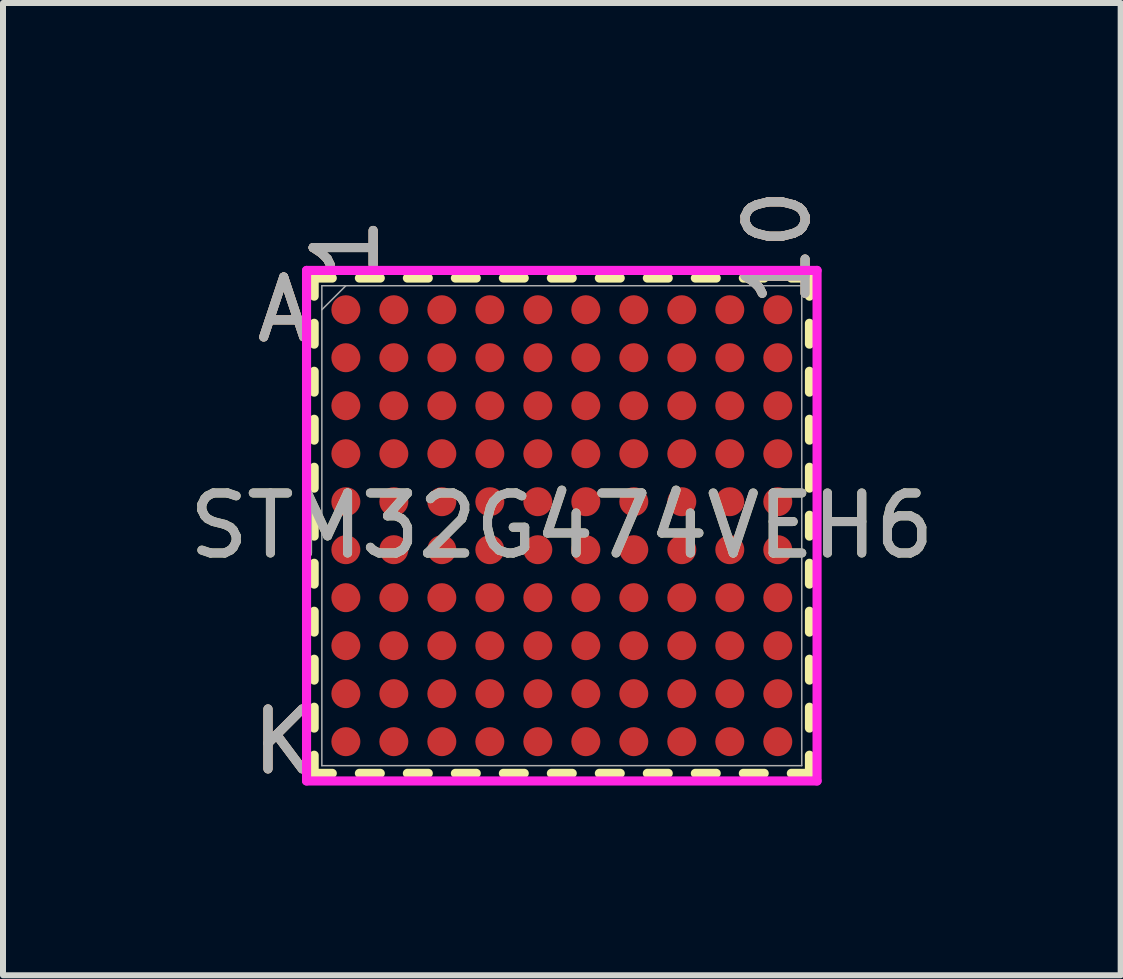
<source format=kicad_pcb>
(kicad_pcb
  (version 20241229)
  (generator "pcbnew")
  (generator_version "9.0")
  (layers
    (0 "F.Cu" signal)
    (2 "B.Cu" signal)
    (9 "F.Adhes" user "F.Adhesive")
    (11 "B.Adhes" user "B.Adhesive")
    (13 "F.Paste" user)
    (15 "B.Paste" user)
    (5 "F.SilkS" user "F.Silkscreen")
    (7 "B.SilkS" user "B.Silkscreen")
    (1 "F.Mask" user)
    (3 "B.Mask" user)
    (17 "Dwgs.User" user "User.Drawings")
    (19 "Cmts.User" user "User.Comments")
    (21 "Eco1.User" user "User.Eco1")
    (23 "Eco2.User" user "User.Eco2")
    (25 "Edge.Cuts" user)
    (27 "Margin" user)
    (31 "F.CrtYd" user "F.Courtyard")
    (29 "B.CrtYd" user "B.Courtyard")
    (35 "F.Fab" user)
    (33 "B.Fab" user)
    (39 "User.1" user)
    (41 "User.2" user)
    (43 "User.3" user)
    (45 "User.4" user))
  (footprint "STM32G474VEH6"
    (layer "F.Cu")
    (at 6.315 5.713)
    (property "Reference" "STM32G474VEH6" (at 0 0 0) (unlocked yes) (layer "F.SilkS") (effects (font (size 1 1) (thickness 0.15))))
    (attr smd)
    (fp_line (start -4.128 -4.128) (end -4.128 -3.826) (stroke (width 0.152) (type solid)) (layer "F.SilkS"))
    (fp_line (start -4.128 -3.374) (end -4.128 -3.026) (stroke (width 0.152) (type solid)) (layer "F.SilkS"))
    (fp_line (start -4.128 -2.574) (end -4.128 -2.226) (stroke (width 0.152) (type solid)) (layer "F.SilkS"))
    (fp_line (start -4.128 -1.774) (end -4.128 -1.426) (stroke (width 0.152) (type solid)) (layer "F.SilkS"))
    (fp_line (start -4.128 -0.974) (end -4.128 -0.626) (stroke (width 0.152) (type solid)) (layer "F.SilkS"))
    (fp_line (start -4.128 -0.174) (end -4.128 0.174) (stroke (width 0.152) (type solid)) (layer "F.SilkS"))
    (fp_line (start -4.128 0.626) (end -4.128 0.974) (stroke (width 0.152) (type solid)) (layer "F.SilkS"))
    (fp_line (start -4.128 1.426) (end -4.128 1.774) (stroke (width 0.152) (type solid)) (layer "F.SilkS"))
    (fp_line (start -4.128 2.226) (end -4.128 2.574) (stroke (width 0.152) (type solid)) (layer "F.SilkS"))
    (fp_line (start -4.128 3.026) (end -4.128 3.374) (stroke (width 0.152) (type solid)) (layer "F.SilkS"))
    (fp_line (start -4.128 3.826) (end -4.128 4.128) (stroke (width 0.152) (type solid)) (layer "F.SilkS"))
    (fp_line (start -4.128 4.128) (end -3.826 4.128) (stroke (width 0.152) (type solid)) (layer "F.SilkS"))
    (fp_line (start -3.826 -4.128) (end -4.128 -4.128) (stroke (width 0.152) (type solid)) (layer "F.SilkS"))
    (fp_line (start -3.374 4.128) (end -3.026 4.128) (stroke (width 0.152) (type solid)) (layer "F.SilkS"))
    (fp_line (start -3.026 -4.128) (end -3.374 -4.128) (stroke (width 0.152) (type solid)) (layer "F.SilkS"))
    (fp_line (start -2.574 4.128) (end -2.226 4.128) (stroke (width 0.152) (type solid)) (layer "F.SilkS"))
    (fp_line (start -2.226 -4.128) (end -2.574 -4.128) (stroke (width 0.152) (type solid)) (layer "F.SilkS"))
    (fp_line (start -1.774 4.128) (end -1.426 4.128) (stroke (width 0.152) (type solid)) (layer "F.SilkS"))
    (fp_line (start -1.426 -4.128) (end -1.774 -4.128) (stroke (width 0.152) (type solid)) (layer "F.SilkS"))
    (fp_line (start -0.974 4.128) (end -0.626 4.128) (stroke (width 0.152) (type solid)) (layer "F.SilkS"))
    (fp_line (start -0.626 -4.128) (end -0.974 -4.128) (stroke (width 0.152) (type solid)) (layer "F.SilkS"))
    (fp_line (start -0.174 4.128) (end 0.174 4.128) (stroke (width 0.152) (type solid)) (layer "F.SilkS"))
    (fp_line (start 0.174 -4.128) (end -0.174 -4.128) (stroke (width 0.152) (type solid)) (layer "F.SilkS"))
    (fp_line (start 0.626 4.128) (end 0.974 4.128) (stroke (width 0.152) (type solid)) (layer "F.SilkS"))
    (fp_line (start 0.974 -4.128) (end 0.626 -4.128) (stroke (width 0.152) (type solid)) (layer "F.SilkS"))
    (fp_line (start 1.426 4.128) (end 1.774 4.128) (stroke (width 0.152) (type solid)) (layer "F.SilkS"))
    (fp_line (start 1.774 -4.128) (end 1.426 -4.128) (stroke (width 0.152) (type solid)) (layer "F.SilkS"))
    (fp_line (start 2.226 4.128) (end 2.574 4.128) (stroke (width 0.152) (type solid)) (layer "F.SilkS"))
    (fp_line (start 2.574 -4.128) (end 2.226 -4.128) (stroke (width 0.152) (type solid)) (layer "F.SilkS"))
    (fp_line (start 3.026 4.128) (end 3.374 4.128) (stroke (width 0.152) (type solid)) (layer "F.SilkS"))
    (fp_line (start 3.374 -4.128) (end 3.026 -4.128) (stroke (width 0.152) (type solid)) (layer "F.SilkS"))
    (fp_line (start 3.826 4.128) (end 4.128 4.128) (stroke (width 0.152) (type solid)) (layer "F.SilkS"))
    (fp_line (start 4.128 -4.128) (end 3.826 -4.128) (stroke (width 0.152) (type solid)) (layer "F.SilkS"))
    (fp_line (start 4.128 -3.826) (end 4.128 -4.128) (stroke (width 0.152) (type solid)) (layer "F.SilkS"))
    (fp_line (start 4.128 -3.026) (end 4.128 -3.374) (stroke (width 0.152) (type solid)) (layer "F.SilkS"))
    (fp_line (start 4.128 -2.226) (end 4.128 -2.574) (stroke (width 0.152) (type solid)) (layer "F.SilkS"))
    (fp_line (start 4.128 -1.426) (end 4.128 -1.774) (stroke (width 0.152) (type solid)) (layer "F.SilkS"))
    (fp_line (start 4.128 -0.626) (end 4.128 -0.974) (stroke (width 0.152) (type solid)) (layer "F.SilkS"))
    (fp_line (start 4.128 0.174) (end 4.128 -0.174) (stroke (width 0.152) (type solid)) (layer "F.SilkS"))
    (fp_line (start 4.128 0.974) (end 4.128 0.626) (stroke (width 0.152) (type solid)) (layer "F.SilkS"))
    (fp_line (start 4.128 1.774) (end 4.128 1.426) (stroke (width 0.152) (type solid)) (layer "F.SilkS"))
    (fp_line (start 4.128 2.574) (end 4.128 2.226) (stroke (width 0.152) (type solid)) (layer "F.SilkS"))
    (fp_line (start 4.128 3.374) (end 4.128 3.026) (stroke (width 0.152) (type solid)) (layer "F.SilkS"))
    (fp_line (start 4.128 4.128) (end 4.128 3.826) (stroke (width 0.152) (type solid)) (layer "F.SilkS"))
    (fp_poly (pts (xy -4.444 -4.444) (xy 4.444 -4.444) (xy 4.444 4.444) (xy -4.444 4.444)) (stroke (width 0.1) (type solid)) (fill no) (layer "Eco2.User"))
    (fp_line (start -4.255 -4.255) (end 4.255 -4.255) (stroke (width 0.152) (type solid)) (layer "F.CrtYd"))
    (fp_line (start -4.255 4.255) (end -4.255 -4.255) (stroke (width 0.152) (type solid)) (layer "F.CrtYd"))
    (fp_line (start 4.255 -4.255) (end 4.255 4.255) (stroke (width 0.152) (type solid)) (layer "F.CrtYd"))
    (fp_line (start 4.255 4.255) (end -4.255 4.255) (stroke (width 0.152) (type solid)) (layer "F.CrtYd"))
    (fp_line (start -4 -4) (end -4 4) (stroke (width 0.025) (type solid)) (layer "F.Fab"))
    (fp_line (start -4 4) (end 4 4) (stroke (width 0.025) (type solid)) (layer "F.Fab"))
    (fp_line (start -3.6 -4) (end -4 -3.6) (stroke (width 0.025) (type solid)) (layer "F.Fab"))
    (fp_line (start 4 -4) (end -4 -4) (stroke (width 0.025) (type solid)) (layer "F.Fab"))
    (fp_line (start 4 4) (end 4 -4) (stroke (width 0.025) (type solid)) (layer "F.Fab"))
    (fp_text user "10" (at 3.6 -4.636 90) (unlocked yes) (layer "F.SilkS") (effects (font (size 1 1) (thickness 0.15))))
    (fp_text user "K" (at -4.636 3.6 0) (unlocked yes) (layer "F.SilkS") (effects (font (size 1 1) (thickness 0.15))))
    (fp_text user "1" (at -3.6 -4.636 90) (unlocked yes) (layer "F.SilkS") (effects (font (size 1 1) (thickness 0.15))))
    (fp_text user "A" (at -4.636 -3.6 0) (unlocked yes) (layer "F.SilkS") (effects (font (size 1 1) (thickness 0.15))))
    (fp_text user "K" (at -4.636 3.6 0) (unlocked yes) (layer "B.SilkS") (effects (font (size 1 1) (thickness 0.15))))
    (fp_text user "A" (at -4.636 -3.6 0) (unlocked yes) (layer "B.SilkS") (effects (font (size 1 1) (thickness 0.15))))
    (fp_text user "10" (at 3.6 -4.636 90) (unlocked yes) (layer "B.SilkS") (effects (font (size 1 1) (thickness 0.15))))
    (fp_text user "1" (at -3.6 -4.636 90) (unlocked yes) (layer "B.SilkS") (effects (font (size 1 1) (thickness 0.15))))
    (fp_text user "K" (at -4.636 3.6 0) (unlocked yes) (layer "F.Fab") (effects (font (size 1 1) (thickness 0.15))))
    (fp_text user "${REFERENCE}" (at 0 0 0) (unlocked yes) (layer "F.Fab") (effects (font (size 1 1) (thickness 0.15))))
    (fp_text user "1" (at -3.6 -4.636 90) (unlocked yes) (layer "F.Fab") (effects (font (size 1 1) (thickness 0.15))))
    (fp_text user "A" (at -4.636 -3.6 0) (unlocked yes) (layer "F.Fab") (effects (font (size 1 1) (thickness 0.15))))
    (fp_text user "10" (at 3.6 -4.636 90) (unlocked yes) (layer "F.Fab") (effects (font (size 1 1) (thickness 0.15))))
    (pad "A1" smd circle (at -3.6 -3.6) (size 0.483 0.483) (layers "F.Cu" "F.Mask" "F.Paste"))
    (pad "A2" smd circle (at -2.8 -3.6) (size 0.483 0.483) (layers "F.Cu" "F.Mask" "F.Paste"))
    (pad "A3" smd circle (at -2 -3.6) (size 0.483 0.483) (layers "F.Cu" "F.Mask" "F.Paste"))
    (pad "A4" smd circle (at -1.2 -3.6) (size 0.483 0.483) (layers "F.Cu" "F.Mask" "F.Paste"))
    (pad "A5" smd circle (at -0.4 -3.6) (size 0.483 0.483) (layers "F.Cu" "F.Mask" "F.Paste"))
    (pad "A6" smd circle (at 0.4 -3.6) (size 0.483 0.483) (layers "F.Cu" "F.Mask" "F.Paste"))
    (pad "A7" smd circle (at 1.2 -3.6) (size 0.483 0.483) (layers "F.Cu" "F.Mask" "F.Paste"))
    (pad "A8" smd circle (at 2 -3.6) (size 0.483 0.483) (layers "F.Cu" "F.Mask" "F.Paste"))
    (pad "A9" smd circle (at 2.8 -3.6) (size 0.483 0.483) (layers "F.Cu" "F.Mask" "F.Paste"))
    (pad "A10" smd circle (at 3.6 -3.6) (size 0.483 0.483) (layers "F.Cu" "F.Mask" "F.Paste"))
    (pad "B1" smd circle (at -3.6 -2.8) (size 0.483 0.483) (layers "F.Cu" "F.Mask" "F.Paste"))
    (pad "B2" smd circle (at -2.8 -2.8) (size 0.483 0.483) (layers "F.Cu" "F.Mask" "F.Paste"))
    (pad "B3" smd circle (at -2 -2.8) (size 0.483 0.483) (layers "F.Cu" "F.Mask" "F.Paste"))
    (pad "B4" smd circle (at -1.2 -2.8) (size 0.483 0.483) (layers "F.Cu" "F.Mask" "F.Paste"))
    (pad "B5" smd circle (at -0.4 -2.8) (size 0.483 0.483) (layers "F.Cu" "F.Mask" "F.Paste"))
    (pad "B6" smd circle (at 0.4 -2.8) (size 0.483 0.483) (layers "F.Cu" "F.Mask" "F.Paste"))
    (pad "B7" smd circle (at 1.2 -2.8) (size 0.483 0.483) (layers "F.Cu" "F.Mask" "F.Paste"))
    (pad "B8" smd circle (at 2 -2.8) (size 0.483 0.483) (layers "F.Cu" "F.Mask" "F.Paste"))
    (pad "B9" smd circle (at 2.8 -2.8) (size 0.483 0.483) (layers "F.Cu" "F.Mask" "F.Paste"))
    (pad "B10" smd circle (at 3.6 -2.8) (size 0.483 0.483) (layers "F.Cu" "F.Mask" "F.Paste"))
    (pad "C1" smd circle (at -3.6 -2) (size 0.483 0.483) (layers "F.Cu" "F.Mask" "F.Paste"))
    (pad "C2" smd circle (at -2.8 -2) (size 0.483 0.483) (layers "F.Cu" "F.Mask" "F.Paste"))
    (pad "C3" smd circle (at -2 -2) (size 0.483 0.483) (layers "F.Cu" "F.Mask" "F.Paste"))
    (pad "C4" smd circle (at -1.2 -2) (size 0.483 0.483) (layers "F.Cu" "F.Mask" "F.Paste"))
    (pad "C5" smd circle (at -0.4 -2) (size 0.483 0.483) (layers "F.Cu" "F.Mask" "F.Paste"))
    (pad "C6" smd circle (at 0.4 -2) (size 0.483 0.483) (layers "F.Cu" "F.Mask" "F.Paste"))
    (pad "C7" smd circle (at 1.2 -2) (size 0.483 0.483) (layers "F.Cu" "F.Mask" "F.Paste"))
    (pad "C8" smd circle (at 2 -2) (size 0.483 0.483) (layers "F.Cu" "F.Mask" "F.Paste"))
    (pad "C9" smd circle (at 2.8 -2) (size 0.483 0.483) (layers "F.Cu" "F.Mask" "F.Paste"))
    (pad "C10" smd circle (at 3.6 -2) (size 0.483 0.483) (layers "F.Cu" "F.Mask" "F.Paste"))
    (pad "D1" smd circle (at -3.6 -1.2) (size 0.483 0.483) (layers "F.Cu" "F.Mask" "F.Paste"))
    (pad "D2" smd circle (at -2.8 -1.2) (size 0.483 0.483) (layers "F.Cu" "F.Mask" "F.Paste"))
    (pad "D3" smd circle (at -2 -1.2) (size 0.483 0.483) (layers "F.Cu" "F.Mask" "F.Paste"))
    (pad "D4" smd circle (at -1.2 -1.2) (size 0.483 0.483) (layers "F.Cu" "F.Mask" "F.Paste"))
    (pad "D5" smd circle (at -0.4 -1.2) (size 0.483 0.483) (layers "F.Cu" "F.Mask" "F.Paste"))
    (pad "D6" smd circle (at 0.4 -1.2) (size 0.483 0.483) (layers "F.Cu" "F.Mask" "F.Paste"))
    (pad "D7" smd circle (at 1.2 -1.2) (size 0.483 0.483) (layers "F.Cu" "F.Mask" "F.Paste"))
    (pad "D8" smd circle (at 2 -1.2) (size 0.483 0.483) (layers "F.Cu" "F.Mask" "F.Paste"))
    (pad "D9" smd circle (at 2.8 -1.2) (size 0.483 0.483) (layers "F.Cu" "F.Mask" "F.Paste"))
    (pad "D10" smd circle (at 3.6 -1.2) (size 0.483 0.483) (layers "F.Cu" "F.Mask" "F.Paste"))
    (pad "E1" smd circle (at -3.6 -0.4) (size 0.483 0.483) (layers "F.Cu" "F.Mask" "F.Paste"))
    (pad "E2" smd circle (at -2.8 -0.4) (size 0.483 0.483) (layers "F.Cu" "F.Mask" "F.Paste"))
    (pad "E3" smd circle (at -2 -0.4) (size 0.483 0.483) (layers "F.Cu" "F.Mask" "F.Paste"))
    (pad "E4" smd circle (at -1.2 -0.4) (size 0.483 0.483) (layers "F.Cu" "F.Mask" "F.Paste"))
    (pad "E5" smd circle (at -0.4 -0.4) (size 0.483 0.483) (layers "F.Cu" "F.Mask" "F.Paste"))
    (pad "E6" smd circle (at 0.4 -0.4) (size 0.483 0.483) (layers "F.Cu" "F.Mask" "F.Paste"))
    (pad "E7" smd circle (at 1.2 -0.4) (size 0.483 0.483) (layers "F.Cu" "F.Mask" "F.Paste"))
    (pad "E8" smd circle (at 2 -0.4) (size 0.483 0.483) (layers "F.Cu" "F.Mask" "F.Paste"))
    (pad "E9" smd circle (at 2.8 -0.4) (size 0.483 0.483) (layers "F.Cu" "F.Mask" "F.Paste"))
    (pad "E10" smd circle (at 3.6 -0.4) (size 0.483 0.483) (layers "F.Cu" "F.Mask" "F.Paste"))
    (pad "F1" smd circle (at -3.6 0.4) (size 0.483 0.483) (layers "F.Cu" "F.Mask" "F.Paste"))
    (pad "F2" smd circle (at -2.8 0.4) (size 0.483 0.483) (layers "F.Cu" "F.Mask" "F.Paste"))
    (pad "F3" smd circle (at -2 0.4) (size 0.483 0.483) (layers "F.Cu" "F.Mask" "F.Paste"))
    (pad "F4" smd circle (at -1.2 0.4) (size 0.483 0.483) (layers "F.Cu" "F.Mask" "F.Paste"))
    (pad "F5" smd circle (at -0.4 0.4) (size 0.483 0.483) (layers "F.Cu" "F.Mask" "F.Paste"))
    (pad "F6" smd circle (at 0.4 0.4) (size 0.483 0.483) (layers "F.Cu" "F.Mask" "F.Paste"))
    (pad "F7" smd circle (at 1.2 0.4) (size 0.483 0.483) (layers "F.Cu" "F.Mask" "F.Paste"))
    (pad "F8" smd circle (at 2 0.4) (size 0.483 0.483) (layers "F.Cu" "F.Mask" "F.Paste"))
    (pad "F9" smd circle (at 2.8 0.4) (size 0.483 0.483) (layers "F.Cu" "F.Mask" "F.Paste"))
    (pad "F10" smd circle (at 3.6 0.4) (size 0.483 0.483) (layers "F.Cu" "F.Mask" "F.Paste"))
    (pad "G1" smd circle (at -3.6 1.2) (size 0.483 0.483) (layers "F.Cu" "F.Mask" "F.Paste"))
    (pad "G2" smd circle (at -2.8 1.2) (size 0.483 0.483) (layers "F.Cu" "F.Mask" "F.Paste"))
    (pad "G3" smd circle (at -2 1.2) (size 0.483 0.483) (layers "F.Cu" "F.Mask" "F.Paste"))
    (pad "G4" smd circle (at -1.2 1.2) (size 0.483 0.483) (layers "F.Cu" "F.Mask" "F.Paste"))
    (pad "G5" smd circle (at -0.4 1.2) (size 0.483 0.483) (layers "F.Cu" "F.Mask" "F.Paste"))
    (pad "G6" smd circle (at 0.4 1.2) (size 0.483 0.483) (layers "F.Cu" "F.Mask" "F.Paste"))
    (pad "G7" smd circle (at 1.2 1.2) (size 0.483 0.483) (layers "F.Cu" "F.Mask" "F.Paste"))
    (pad "G8" smd circle (at 2 1.2) (size 0.483 0.483) (layers "F.Cu" "F.Mask" "F.Paste"))
    (pad "G9" smd circle (at 2.8 1.2) (size 0.483 0.483) (layers "F.Cu" "F.Mask" "F.Paste"))
    (pad "G10" smd circle (at 3.6 1.2) (size 0.483 0.483) (layers "F.Cu" "F.Mask" "F.Paste"))
    (pad "H1" smd circle (at -3.6 2) (size 0.483 0.483) (layers "F.Cu" "F.Mask" "F.Paste"))
    (pad "H2" smd circle (at -2.8 2) (size 0.483 0.483) (layers "F.Cu" "F.Mask" "F.Paste"))
    (pad "H3" smd circle (at -2 2) (size 0.483 0.483) (layers "F.Cu" "F.Mask" "F.Paste"))
    (pad "H4" smd circle (at -1.2 2) (size 0.483 0.483) (layers "F.Cu" "F.Mask" "F.Paste"))
    (pad "H5" smd circle (at -0.4 2) (size 0.483 0.483) (layers "F.Cu" "F.Mask" "F.Paste"))
    (pad "H6" smd circle (at 0.4 2) (size 0.483 0.483) (layers "F.Cu" "F.Mask" "F.Paste"))
    (pad "H7" smd circle (at 1.2 2) (size 0.483 0.483) (layers "F.Cu" "F.Mask" "F.Paste"))
    (pad "H8" smd circle (at 2 2) (size 0.483 0.483) (layers "F.Cu" "F.Mask" "F.Paste"))
    (pad "H9" smd circle (at 2.8 2) (size 0.483 0.483) (layers "F.Cu" "F.Mask" "F.Paste"))
    (pad "H10" smd circle (at 3.6 2) (size 0.483 0.483) (layers "F.Cu" "F.Mask" "F.Paste"))
    (pad "J1" smd circle (at -3.6 2.8) (size 0.483 0.483) (layers "F.Cu" "F.Mask" "F.Paste"))
    (pad "J2" smd circle (at -2.8 2.8) (size 0.483 0.483) (layers "F.Cu" "F.Mask" "F.Paste"))
    (pad "J3" smd circle (at -2 2.8) (size 0.483 0.483) (layers "F.Cu" "F.Mask" "F.Paste"))
    (pad "J4" smd circle (at -1.2 2.8) (size 0.483 0.483) (layers "F.Cu" "F.Mask" "F.Paste"))
    (pad "J5" smd circle (at -0.4 2.8) (size 0.483 0.483) (layers "F.Cu" "F.Mask" "F.Paste"))
    (pad "J6" smd circle (at 0.4 2.8) (size 0.483 0.483) (layers "F.Cu" "F.Mask" "F.Paste"))
    (pad "J7" smd circle (at 1.2 2.8) (size 0.483 0.483) (layers "F.Cu" "F.Mask" "F.Paste"))
    (pad "J8" smd circle (at 2 2.8) (size 0.483 0.483) (layers "F.Cu" "F.Mask" "F.Paste"))
    (pad "J9" smd circle (at 2.8 2.8) (size 0.483 0.483) (layers "F.Cu" "F.Mask" "F.Paste"))
    (pad "J10" smd circle (at 3.6 2.8) (size 0.483 0.483) (layers "F.Cu" "F.Mask" "F.Paste"))
    (pad "K1" smd circle (at -3.6 3.6) (size 0.483 0.483) (layers "F.Cu" "F.Mask" "F.Paste"))
    (pad "K2" smd circle (at -2.8 3.6) (size 0.483 0.483) (layers "F.Cu" "F.Mask" "F.Paste"))
    (pad "K3" smd circle (at -2 3.6) (size 0.483 0.483) (layers "F.Cu" "F.Mask" "F.Paste"))
    (pad "K4" smd circle (at -1.2 3.6) (size 0.483 0.483) (layers "F.Cu" "F.Mask" "F.Paste"))
    (pad "K5" smd circle (at -0.4 3.6) (size 0.483 0.483) (layers "F.Cu" "F.Mask" "F.Paste"))
    (pad "K6" smd circle (at 0.4 3.6) (size 0.483 0.483) (layers "F.Cu" "F.Mask" "F.Paste"))
    (pad "K7" smd circle (at 1.2 3.6) (size 0.483 0.483) (layers "F.Cu" "F.Mask" "F.Paste"))
    (pad "K8" smd circle (at 2 3.6) (size 0.483 0.483) (layers "F.Cu" "F.Mask" "F.Paste"))
    (pad "K9" smd circle (at 2.8 3.6) (size 0.483 0.483) (layers "F.Cu" "F.Mask" "F.Paste"))
    (pad "K10" smd circle (at 3.6 3.6) (size 0.483 0.483) (layers "F.Cu" "F.Mask" "F.Paste")))
  (gr_rect
    (start -3 -3)
    (end 15.631 13.207)
    (stroke (width 0.1) (type default))
    (fill no)
    (layer "Edge.Cuts")))
</source>
